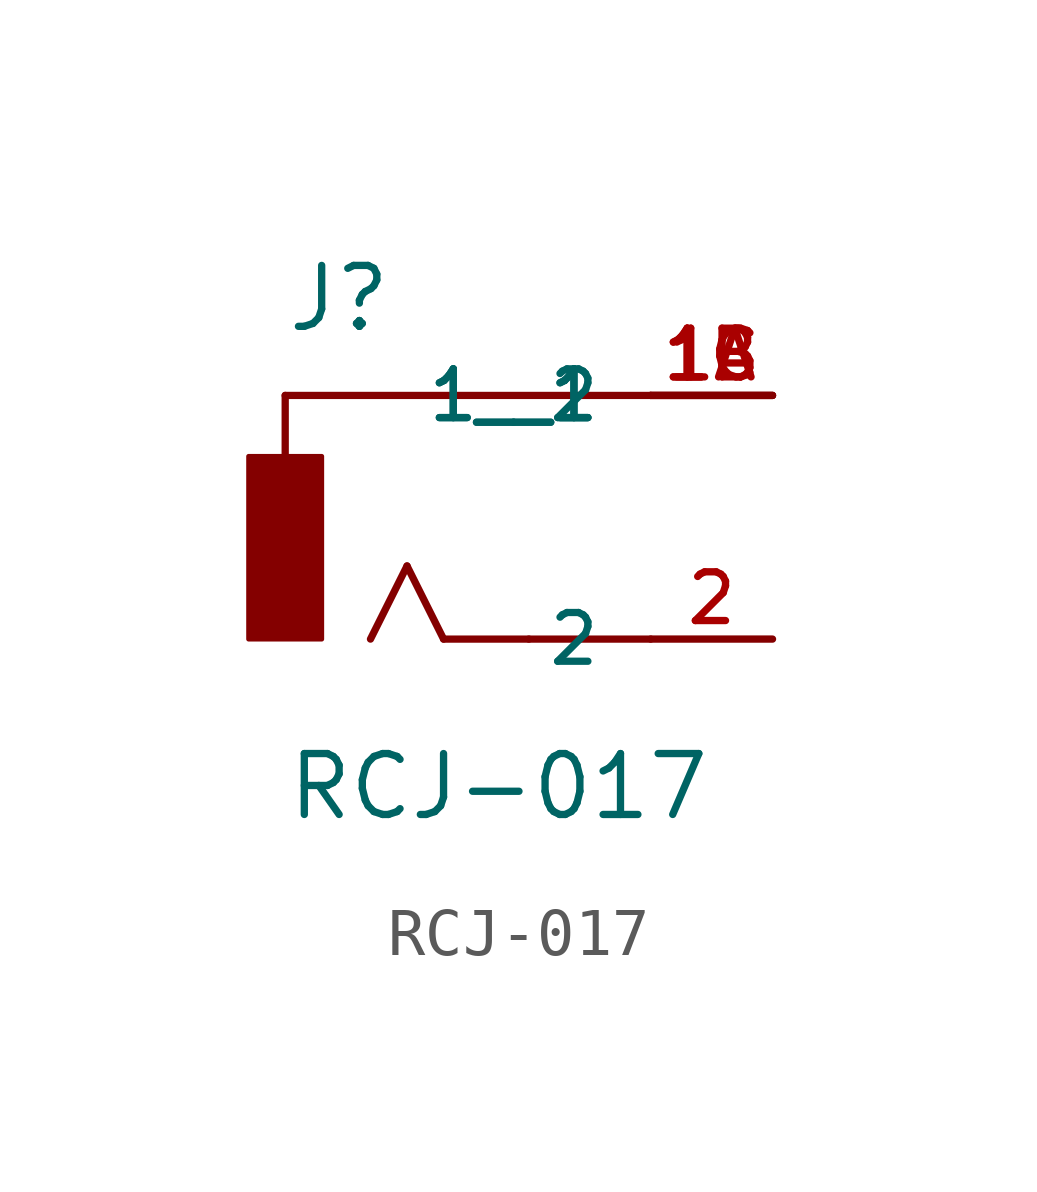
<source format=kicad_sym>
(kicad_symbol_lib
  (version 20211014)
  (generator kicad_symbol_editor)
  (symbol "RCJ-017"
    (pin_names
      (offset 1.016))
    (property "Reference" "J"
      (at -2.545 3.817 0)
      (effects (font (size 1.27 1.27)) (justify bottom left)))
    (property "Value" "RCJ-017"
      (at -2.544 -6.36 0)
      (effects (font (size 1.27 1.27)) (justify bottom left)))
    (symbol "RCJ-017_0_0"
      (polyline (pts (xy 5.08 2.54) (xy -2.54 2.54)) (stroke (width 0.152)))
      (polyline (pts (xy -2.54 2.54) (xy -2.54 1.27)) (stroke (width 0.152)))
      (polyline (pts (xy 5.08 -2.54) (xy 2.54 -2.54)) (stroke (width 0.152)))
      (polyline (pts (xy 2.54 -2.54) (xy 0.762 -2.54)) (stroke (width 0.152)))
      (polyline (pts (xy 0.762 -2.54) (xy 0.0 -1.016)) (stroke (width 0.152)))
      (polyline (pts (xy 0.0 -1.016) (xy -0.762 -2.54)) (stroke (width 0.152)))
      (rectangle (start -3.303 -2.541) (end -1.778 1.27) (stroke (width 0.1)) (fill (type outline)))
      (pin passive line (at 7.62 2.54 180.0) (length 2.54) (name "1" (effects (font (size 1.016 1.016)))) (number "1A" (effects (font (size 1.016 1.016)))))
      (pin passive line (at 7.62 -2.54 180.0) (length 2.54) (name "2" (effects (font (size 1.016 1.016)))) (number "2" (effects (font (size 1.016 1.016)))))
      (pin passive line (at 7.62 2.54 180.0) (length 2.54) (name "1__1" (effects (font (size 1.016 1.016)))) (number "1B" (effects (font (size 1.016 1.016)))))
      (pin passive line (at 7.62 2.54 180.0) (length 2.54) (name "1__2" (effects (font (size 1.016 1.016)))) (number "1C" (effects (font (size 1.016 1.016))))))))
</source>
